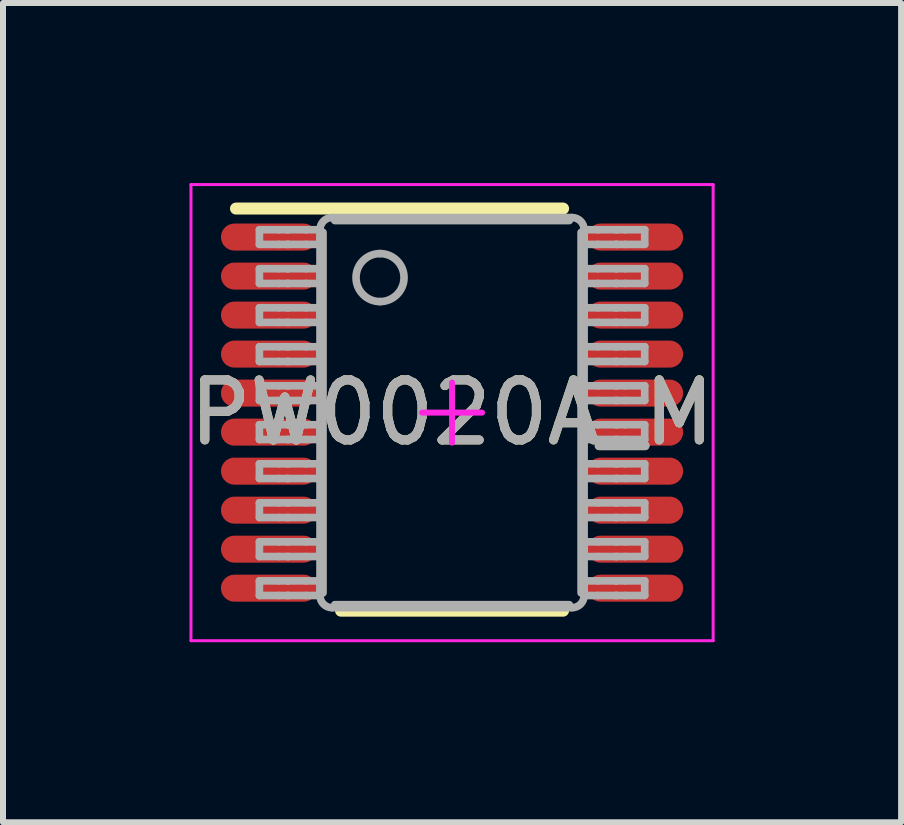
<source format=kicad_pcb>
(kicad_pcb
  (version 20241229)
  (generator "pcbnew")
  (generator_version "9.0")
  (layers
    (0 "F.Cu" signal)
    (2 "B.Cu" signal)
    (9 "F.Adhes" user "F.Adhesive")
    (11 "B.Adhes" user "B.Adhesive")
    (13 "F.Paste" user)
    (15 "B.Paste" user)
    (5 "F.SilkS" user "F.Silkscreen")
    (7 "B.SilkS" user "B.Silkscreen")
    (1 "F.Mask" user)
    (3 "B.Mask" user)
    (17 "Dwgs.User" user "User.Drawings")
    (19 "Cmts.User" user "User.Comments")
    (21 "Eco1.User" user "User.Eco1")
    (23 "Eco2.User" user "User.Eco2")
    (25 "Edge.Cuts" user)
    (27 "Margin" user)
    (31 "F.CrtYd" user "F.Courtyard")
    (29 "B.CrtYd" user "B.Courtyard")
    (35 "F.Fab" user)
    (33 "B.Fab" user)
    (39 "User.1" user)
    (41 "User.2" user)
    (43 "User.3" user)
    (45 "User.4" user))
  (footprint "PW0020A_M"
    (layer "F.Cu")
    (at 4.482 3.825)
    (property "Reference" "PW0020A_M" (at 0 0 0) (unlocked yes) (layer "F.SilkS") (effects (font (size 1 1) (thickness 0.15))))
    (attr smd)
    (fp_line (start -3.6 -3.4) (end 1.85 -3.4) (stroke (width 0.2) (type solid)) (layer "F.SilkS"))
    (fp_line (start -1.85 3.3) (end 1.85 3.3) (stroke (width 0.2) (type solid)) (layer "F.SilkS"))
    (fp_line (start -4.35 -3.8) (end 4.35 -3.8) (stroke (width 0.05) (type solid)) (layer "F.CrtYd"))
    (fp_line (start -4.35 3.8) (end -4.35 -3.8) (stroke (width 0.05) (type solid)) (layer "F.CrtYd"))
    (fp_line (start -4.35 3.8) (end 4.35 3.8) (stroke (width 0.05) (type solid)) (layer "F.CrtYd"))
    (fp_line (start -0.5 0) (end 0.5 0) (stroke (width 0.1) (type solid)) (layer "F.CrtYd"))
    (fp_line (start 0 0.5) (end 0 -0.5) (stroke (width 0.1) (type solid)) (layer "F.CrtYd"))
    (fp_line (start 4.35 3.8) (end 4.35 -3.8) (stroke (width 0.05) (type solid)) (layer "F.CrtYd"))
    (fp_line (start -3.21 -3.047) (end -2.887 -3.047) (stroke (width 0.127) (type solid)) (layer "F.Fab"))
    (fp_line (start -3.21 -2.803) (end -3.21 -3.047) (stroke (width 0.127) (type solid)) (layer "F.Fab"))
    (fp_line (start -3.21 -2.803) (end -2.887 -2.803) (stroke (width 0.127) (type solid)) (layer "F.Fab"))
    (fp_line (start -3.21 -2.398) (end -2.887 -2.398) (stroke (width 0.127) (type solid)) (layer "F.Fab"))
    (fp_line (start -3.21 -2.152) (end -3.21 -2.398) (stroke (width 0.127) (type solid)) (layer "F.Fab"))
    (fp_line (start -3.21 -2.152) (end -2.887 -2.152) (stroke (width 0.127) (type solid)) (layer "F.Fab"))
    (fp_line (start -3.21 -1.747) (end -2.887 -1.747) (stroke (width 0.127) (type solid)) (layer "F.Fab"))
    (fp_line (start -3.21 -1.503) (end -3.21 -1.747) (stroke (width 0.127) (type solid)) (layer "F.Fab"))
    (fp_line (start -3.21 -1.503) (end -2.887 -1.503) (stroke (width 0.127) (type solid)) (layer "F.Fab"))
    (fp_line (start -3.21 -1.098) (end -2.887 -1.098) (stroke (width 0.127) (type solid)) (layer "F.Fab"))
    (fp_line (start -3.21 -0.852) (end -3.21 -1.098) (stroke (width 0.127) (type solid)) (layer "F.Fab"))
    (fp_line (start -3.21 -0.852) (end -2.887 -0.852) (stroke (width 0.127) (type solid)) (layer "F.Fab"))
    (fp_line (start -3.21 -0.447) (end -2.887 -0.447) (stroke (width 0.127) (type solid)) (layer "F.Fab"))
    (fp_line (start -3.21 -0.202) (end -3.21 -0.447) (stroke (width 0.127) (type solid)) (layer "F.Fab"))
    (fp_line (start -3.21 -0.202) (end -2.887 -0.202) (stroke (width 0.127) (type solid)) (layer "F.Fab"))
    (fp_line (start -3.21 0.202) (end -2.887 0.202) (stroke (width 0.127) (type solid)) (layer "F.Fab"))
    (fp_line (start -3.21 0.448) (end -3.21 0.202) (stroke (width 0.127) (type solid)) (layer "F.Fab"))
    (fp_line (start -3.21 0.448) (end -2.887 0.448) (stroke (width 0.127) (type solid)) (layer "F.Fab"))
    (fp_line (start -3.21 0.853) (end -2.887 0.853) (stroke (width 0.127) (type solid)) (layer "F.Fab"))
    (fp_line (start -3.21 1.098) (end -3.21 0.853) (stroke (width 0.127) (type solid)) (layer "F.Fab"))
    (fp_line (start -3.21 1.098) (end -2.887 1.098) (stroke (width 0.127) (type solid)) (layer "F.Fab"))
    (fp_line (start -3.21 1.503) (end -2.887 1.503) (stroke (width 0.127) (type solid)) (layer "F.Fab"))
    (fp_line (start -3.21 1.748) (end -3.21 1.503) (stroke (width 0.127) (type solid)) (layer "F.Fab"))
    (fp_line (start -3.21 1.748) (end -2.887 1.748) (stroke (width 0.127) (type solid)) (layer "F.Fab"))
    (fp_line (start -3.21 2.153) (end -2.887 2.153) (stroke (width 0.127) (type solid)) (layer "F.Fab"))
    (fp_line (start -3.21 2.398) (end -3.21 2.153) (stroke (width 0.127) (type solid)) (layer "F.Fab"))
    (fp_line (start -3.21 2.398) (end -2.887 2.398) (stroke (width 0.127) (type solid)) (layer "F.Fab"))
    (fp_line (start -3.21 2.803) (end -2.887 2.803) (stroke (width 0.127) (type solid)) (layer "F.Fab"))
    (fp_line (start -3.21 3.047) (end -3.21 2.803) (stroke (width 0.127) (type solid)) (layer "F.Fab"))
    (fp_line (start -3.21 3.047) (end -2.887 3.047) (stroke (width 0.127) (type solid)) (layer "F.Fab"))
    (fp_line (start -2.887 -3.047) (end -2.739 -3.047) (stroke (width 0.127) (type solid)) (layer "F.Fab"))
    (fp_line (start -2.887 -2.803) (end -2.739 -2.803) (stroke (width 0.127) (type solid)) (layer "F.Fab"))
    (fp_line (start -2.887 -2.398) (end -2.739 -2.398) (stroke (width 0.127) (type solid)) (layer "F.Fab"))
    (fp_line (start -2.887 -2.152) (end -2.739 -2.152) (stroke (width 0.127) (type solid)) (layer "F.Fab"))
    (fp_line (start -2.887 -1.747) (end -2.739 -1.747) (stroke (width 0.127) (type solid)) (layer "F.Fab"))
    (fp_line (start -2.887 -1.503) (end -2.739 -1.503) (stroke (width 0.127) (type solid)) (layer "F.Fab"))
    (fp_line (start -2.887 -1.098) (end -2.739 -1.098) (stroke (width 0.127) (type solid)) (layer "F.Fab"))
    (fp_line (start -2.887 -0.852) (end -2.739 -0.852) (stroke (width 0.127) (type solid)) (layer "F.Fab"))
    (fp_line (start -2.887 -0.447) (end -2.739 -0.447) (stroke (width 0.127) (type solid)) (layer "F.Fab"))
    (fp_line (start -2.887 -0.202) (end -2.739 -0.202) (stroke (width 0.127) (type solid)) (layer "F.Fab"))
    (fp_line (start -2.887 0.202) (end -2.739 0.202) (stroke (width 0.127) (type solid)) (layer "F.Fab"))
    (fp_line (start -2.887 0.448) (end -2.739 0.448) (stroke (width 0.127) (type solid)) (layer "F.Fab"))
    (fp_line (start -2.887 0.853) (end -2.739 0.853) (stroke (width 0.127) (type solid)) (layer "F.Fab"))
    (fp_line (start -2.887 1.098) (end -2.739 1.098) (stroke (width 0.127) (type solid)) (layer "F.Fab"))
    (fp_line (start -2.887 1.503) (end -2.739 1.503) (stroke (width 0.127) (type solid)) (layer "F.Fab"))
    (fp_line (start -2.887 1.748) (end -2.739 1.748) (stroke (width 0.127) (type solid)) (layer "F.Fab"))
    (fp_line (start -2.887 2.153) (end -2.739 2.153) (stroke (width 0.127) (type solid)) (layer "F.Fab"))
    (fp_line (start -2.887 2.398) (end -2.739 2.398) (stroke (width 0.127) (type solid)) (layer "F.Fab"))
    (fp_line (start -2.887 2.803) (end -2.739 2.803) (stroke (width 0.127) (type solid)) (layer "F.Fab"))
    (fp_line (start -2.887 3.047) (end -2.739 3.047) (stroke (width 0.127) (type solid)) (layer "F.Fab"))
    (fp_line (start -2.739 -3.047) (end -2.733 -3.047) (stroke (width 0.127) (type solid)) (layer "F.Fab"))
    (fp_line (start -2.739 -2.803) (end -2.733 -2.803) (stroke (width 0.127) (type solid)) (layer "F.Fab"))
    (fp_line (start -2.739 -2.398) (end -2.733 -2.398) (stroke (width 0.127) (type solid)) (layer "F.Fab"))
    (fp_line (start -2.739 -2.152) (end -2.733 -2.152) (stroke (width 0.127) (type solid)) (layer "F.Fab"))
    (fp_line (start -2.739 -1.747) (end -2.733 -1.747) (stroke (width 0.127) (type solid)) (layer "F.Fab"))
    (fp_line (start -2.739 -1.503) (end -2.733 -1.503) (stroke (width 0.127) (type solid)) (layer "F.Fab"))
    (fp_line (start -2.739 -1.098) (end -2.733 -1.098) (stroke (width 0.127) (type solid)) (layer "F.Fab"))
    (fp_line (start -2.739 -0.852) (end -2.733 -0.852) (stroke (width 0.127) (type solid)) (layer "F.Fab"))
    (fp_line (start -2.739 -0.447) (end -2.733 -0.447) (stroke (width 0.127) (type solid)) (layer "F.Fab"))
    (fp_line (start -2.739 -0.202) (end -2.733 -0.202) (stroke (width 0.127) (type solid)) (layer "F.Fab"))
    (fp_line (start -2.739 0.202) (end -2.733 0.202) (stroke (width 0.127) (type solid)) (layer "F.Fab"))
    (fp_line (start -2.739 0.448) (end -2.733 0.448) (stroke (width 0.127) (type solid)) (layer "F.Fab"))
    (fp_line (start -2.739 0.853) (end -2.733 0.853) (stroke (width 0.127) (type solid)) (layer "F.Fab"))
    (fp_line (start -2.739 1.098) (end -2.733 1.098) (stroke (width 0.127) (type solid)) (layer "F.Fab"))
    (fp_line (start -2.739 1.503) (end -2.733 1.503) (stroke (width 0.127) (type solid)) (layer "F.Fab"))
    (fp_line (start -2.739 1.748) (end -2.733 1.748) (stroke (width 0.127) (type solid)) (layer "F.Fab"))
    (fp_line (start -2.739 2.153) (end -2.733 2.153) (stroke (width 0.127) (type solid)) (layer "F.Fab"))
    (fp_line (start -2.739 2.398) (end -2.733 2.398) (stroke (width 0.127) (type solid)) (layer "F.Fab"))
    (fp_line (start -2.739 2.803) (end -2.733 2.803) (stroke (width 0.127) (type solid)) (layer "F.Fab"))
    (fp_line (start -2.739 3.047) (end -2.733 3.047) (stroke (width 0.127) (type solid)) (layer "F.Fab"))
    (fp_line (start -2.733 -3.047) (end -2.431 -3.047) (stroke (width 0.127) (type solid)) (layer "F.Fab"))
    (fp_line (start -2.733 -2.803) (end -2.431 -2.803) (stroke (width 0.127) (type solid)) (layer "F.Fab"))
    (fp_line (start -2.733 -2.398) (end -2.431 -2.398) (stroke (width 0.127) (type solid)) (layer "F.Fab"))
    (fp_line (start -2.733 -2.152) (end -2.431 -2.152) (stroke (width 0.127) (type solid)) (layer "F.Fab"))
    (fp_line (start -2.733 -1.747) (end -2.431 -1.747) (stroke (width 0.127) (type solid)) (layer "F.Fab"))
    (fp_line (start -2.733 -1.503) (end -2.431 -1.503) (stroke (width 0.127) (type solid)) (layer "F.Fab"))
    (fp_line (start -2.733 -1.098) (end -2.431 -1.098) (stroke (width 0.127) (type solid)) (layer "F.Fab"))
    (fp_line (start -2.733 -0.852) (end -2.431 -0.852) (stroke (width 0.127) (type solid)) (layer "F.Fab"))
    (fp_line (start -2.733 -0.447) (end -2.431 -0.447) (stroke (width 0.127) (type solid)) (layer "F.Fab"))
    (fp_line (start -2.733 -0.202) (end -2.431 -0.202) (stroke (width 0.127) (type solid)) (layer "F.Fab"))
    (fp_line (start -2.733 0.202) (end -2.431 0.202) (stroke (width 0.127) (type solid)) (layer "F.Fab"))
    (fp_line (start -2.733 0.448) (end -2.431 0.448) (stroke (width 0.127) (type solid)) (layer "F.Fab"))
    (fp_line (start -2.733 0.853) (end -2.431 0.853) (stroke (width 0.127) (type solid)) (layer "F.Fab"))
    (fp_line (start -2.733 1.098) (end -2.431 1.098) (stroke (width 0.127) (type solid)) (layer "F.Fab"))
    (fp_line (start -2.733 1.503) (end -2.431 1.503) (stroke (width 0.127) (type solid)) (layer "F.Fab"))
    (fp_line (start -2.733 1.748) (end -2.431 1.748) (stroke (width 0.127) (type solid)) (layer "F.Fab"))
    (fp_line (start -2.733 2.153) (end -2.431 2.153) (stroke (width 0.127) (type solid)) (layer "F.Fab"))
    (fp_line (start -2.733 2.398) (end -2.431 2.398) (stroke (width 0.127) (type solid)) (layer "F.Fab"))
    (fp_line (start -2.733 2.803) (end -2.431 2.803) (stroke (width 0.127) (type solid)) (layer "F.Fab"))
    (fp_line (start -2.733 3.047) (end -2.431 3.047) (stroke (width 0.127) (type solid)) (layer "F.Fab"))
    (fp_line (start -2.431 -3.047) (end -2.2 -3.047) (stroke (width 0.127) (type solid)) (layer "F.Fab"))
    (fp_line (start -2.431 -2.803) (end -2.2 -2.803) (stroke (width 0.127) (type solid)) (layer "F.Fab"))
    (fp_line (start -2.431 -2.398) (end -2.2 -2.398) (stroke (width 0.127) (type solid)) (layer "F.Fab"))
    (fp_line (start -2.431 -2.152) (end -2.2 -2.152) (stroke (width 0.127) (type solid)) (layer "F.Fab"))
    (fp_line (start -2.431 -1.747) (end -2.2 -1.747) (stroke (width 0.127) (type solid)) (layer "F.Fab"))
    (fp_line (start -2.431 -1.503) (end -2.2 -1.503) (stroke (width 0.127) (type solid)) (layer "F.Fab"))
    (fp_line (start -2.431 -1.098) (end -2.2 -1.098) (stroke (width 0.127) (type solid)) (layer "F.Fab"))
    (fp_line (start -2.431 -0.852) (end -2.2 -0.852) (stroke (width 0.127) (type solid)) (layer "F.Fab"))
    (fp_line (start -2.431 -0.447) (end -2.2 -0.447) (stroke (width 0.127) (type solid)) (layer "F.Fab"))
    (fp_line (start -2.431 -0.202) (end -2.2 -0.202) (stroke (width 0.127) (type solid)) (layer "F.Fab"))
    (fp_line (start -2.431 0.202) (end -2.2 0.202) (stroke (width 0.127) (type solid)) (layer "F.Fab"))
    (fp_line (start -2.431 0.448) (end -2.2 0.448) (stroke (width 0.127) (type solid)) (layer "F.Fab"))
    (fp_line (start -2.431 0.853) (end -2.2 0.853) (stroke (width 0.127) (type solid)) (layer "F.Fab"))
    (fp_line (start -2.431 1.098) (end -2.2 1.098) (stroke (width 0.127) (type solid)) (layer "F.Fab"))
    (fp_line (start -2.431 1.503) (end -2.2 1.503) (stroke (width 0.127) (type solid)) (layer "F.Fab"))
    (fp_line (start -2.431 1.748) (end -2.2 1.748) (stroke (width 0.127) (type solid)) (layer "F.Fab"))
    (fp_line (start -2.431 2.153) (end -2.2 2.153) (stroke (width 0.127) (type solid)) (layer "F.Fab"))
    (fp_line (start -2.431 2.398) (end -2.2 2.398) (stroke (width 0.127) (type solid)) (layer "F.Fab"))
    (fp_line (start -2.431 2.803) (end -2.2 2.803) (stroke (width 0.127) (type solid)) (layer "F.Fab"))
    (fp_line (start -2.431 3.047) (end -2.2 3.047) (stroke (width 0.127) (type solid)) (layer "F.Fab"))
    (fp_line (start -2.2 -2.803) (end -2.2 -3.047) (stroke (width 0.127) (type solid)) (layer "F.Fab"))
    (fp_line (start -2.2 -2.152) (end -2.2 -2.398) (stroke (width 0.127) (type solid)) (layer "F.Fab"))
    (fp_line (start -2.2 -1.503) (end -2.2 -1.747) (stroke (width 0.127) (type solid)) (layer "F.Fab"))
    (fp_line (start -2.2 -0.852) (end -2.2 -1.098) (stroke (width 0.127) (type solid)) (layer "F.Fab"))
    (fp_line (start -2.2 -0.202) (end -2.2 -0.447) (stroke (width 0.127) (type solid)) (layer "F.Fab"))
    (fp_line (start -2.2 0.448) (end -2.2 0.202) (stroke (width 0.127) (type solid)) (layer "F.Fab"))
    (fp_line (start -2.2 1.098) (end -2.2 0.853) (stroke (width 0.127) (type solid)) (layer "F.Fab"))
    (fp_line (start -2.2 1.748) (end -2.2 1.503) (stroke (width 0.127) (type solid)) (layer "F.Fab"))
    (fp_line (start -2.2 2.398) (end -2.2 2.153) (stroke (width 0.127) (type solid)) (layer "F.Fab"))
    (fp_line (start -2.2 3.047) (end -2.2 2.803) (stroke (width 0.127) (type solid)) (layer "F.Fab"))
    (fp_line (start -2.2 3.05) (end -2.2 -3.05) (stroke (width 0.127) (type solid)) (layer "F.Fab"))
    (fp_line (start -2.15 3.004) (end -2.15 -3.004) (stroke (width 0.127) (type solid)) (layer "F.Fab"))
    (fp_line (start -2 -3.25) (end 2 -3.25) (stroke (width 0.127) (type solid)) (layer "F.Fab"))
    (fp_line (start -2 3.25) (end 2 3.25) (stroke (width 0.127) (type solid)) (layer "F.Fab"))
    (fp_line (start -1.954 -3.2) (end 1.954 -3.2) (stroke (width 0.127) (type solid)) (layer "F.Fab"))
    (fp_line (start -1.954 3.2) (end 1.954 3.2) (stroke (width 0.127) (type solid)) (layer "F.Fab"))
    (fp_line (start 2.15 3.004) (end 2.15 -3.004) (stroke (width 0.127) (type solid)) (layer "F.Fab"))
    (fp_line (start 2.2 -3.047) (end 2.43 -3.047) (stroke (width 0.127) (type solid)) (layer "F.Fab"))
    (fp_line (start 2.2 -2.803) (end 2.2 -3.047) (stroke (width 0.127) (type solid)) (layer "F.Fab"))
    (fp_line (start 2.2 -2.803) (end 2.43 -2.803) (stroke (width 0.127) (type solid)) (layer "F.Fab"))
    (fp_line (start 2.2 -2.398) (end 2.43 -2.398) (stroke (width 0.127) (type solid)) (layer "F.Fab"))
    (fp_line (start 2.2 -2.152) (end 2.2 -2.398) (stroke (width 0.127) (type solid)) (layer "F.Fab"))
    (fp_line (start 2.2 -2.152) (end 2.43 -2.152) (stroke (width 0.127) (type solid)) (layer "F.Fab"))
    (fp_line (start 2.2 -1.747) (end 2.43 -1.747) (stroke (width 0.127) (type solid)) (layer "F.Fab"))
    (fp_line (start 2.2 -1.503) (end 2.2 -1.747) (stroke (width 0.127) (type solid)) (layer "F.Fab"))
    (fp_line (start 2.2 -1.503) (end 2.43 -1.503) (stroke (width 0.127) (type solid)) (layer "F.Fab"))
    (fp_line (start 2.2 -1.098) (end 2.43 -1.098) (stroke (width 0.127) (type solid)) (layer "F.Fab"))
    (fp_line (start 2.2 -0.852) (end 2.2 -1.098) (stroke (width 0.127) (type solid)) (layer "F.Fab"))
    (fp_line (start 2.2 -0.852) (end 2.43 -0.852) (stroke (width 0.127) (type solid)) (layer "F.Fab"))
    (fp_line (start 2.2 -0.447) (end 2.43 -0.447) (stroke (width 0.127) (type solid)) (layer "F.Fab"))
    (fp_line (start 2.2 -0.202) (end 2.2 -0.447) (stroke (width 0.127) (type solid)) (layer "F.Fab"))
    (fp_line (start 2.2 -0.202) (end 2.43 -0.202) (stroke (width 0.127) (type solid)) (layer "F.Fab"))
    (fp_line (start 2.2 0.202) (end 2.43 0.202) (stroke (width 0.127) (type solid)) (layer "F.Fab"))
    (fp_line (start 2.2 0.448) (end 2.2 0.202) (stroke (width 0.127) (type solid)) (layer "F.Fab"))
    (fp_line (start 2.2 0.448) (end 2.43 0.448) (stroke (width 0.127) (type solid)) (layer "F.Fab"))
    (fp_line (start 2.2 0.853) (end 2.43 0.853) (stroke (width 0.127) (type solid)) (layer "F.Fab"))
    (fp_line (start 2.2 1.098) (end 2.2 0.853) (stroke (width 0.127) (type solid)) (layer "F.Fab"))
    (fp_line (start 2.2 1.098) (end 2.43 1.098) (stroke (width 0.127) (type solid)) (layer "F.Fab"))
    (fp_line (start 2.2 1.503) (end 2.43 1.503) (stroke (width 0.127) (type solid)) (layer "F.Fab"))
    (fp_line (start 2.2 1.748) (end 2.2 1.503) (stroke (width 0.127) (type solid)) (layer "F.Fab"))
    (fp_line (start 2.2 1.748) (end 2.43 1.748) (stroke (width 0.127) (type solid)) (layer "F.Fab"))
    (fp_line (start 2.2 2.153) (end 2.43 2.153) (stroke (width 0.127) (type solid)) (layer "F.Fab"))
    (fp_line (start 2.2 2.398) (end 2.2 2.153) (stroke (width 0.127) (type solid)) (layer "F.Fab"))
    (fp_line (start 2.2 2.398) (end 2.43 2.398) (stroke (width 0.127) (type solid)) (layer "F.Fab"))
    (fp_line (start 2.2 2.803) (end 2.43 2.803) (stroke (width 0.127) (type solid)) (layer "F.Fab"))
    (fp_line (start 2.2 3.047) (end 2.2 2.803) (stroke (width 0.127) (type solid)) (layer "F.Fab"))
    (fp_line (start 2.2 3.047) (end 2.43 3.047) (stroke (width 0.127) (type solid)) (layer "F.Fab"))
    (fp_line (start 2.2 3.05) (end 2.2 -3.05) (stroke (width 0.127) (type solid)) (layer "F.Fab"))
    (fp_line (start 2.43 -3.047) (end 2.733 -3.047) (stroke (width 0.127) (type solid)) (layer "F.Fab"))
    (fp_line (start 2.43 -2.803) (end 2.733 -2.803) (stroke (width 0.127) (type solid)) (layer "F.Fab"))
    (fp_line (start 2.43 -2.398) (end 2.733 -2.398) (stroke (width 0.127) (type solid)) (layer "F.Fab"))
    (fp_line (start 2.43 -2.152) (end 2.733 -2.152) (stroke (width 0.127) (type solid)) (layer "F.Fab"))
    (fp_line (start 2.43 -1.747) (end 2.733 -1.747) (stroke (width 0.127) (type solid)) (layer "F.Fab"))
    (fp_line (start 2.43 -1.503) (end 2.733 -1.503) (stroke (width 0.127) (type solid)) (layer "F.Fab"))
    (fp_line (start 2.43 -1.098) (end 2.733 -1.098) (stroke (width 0.127) (type solid)) (layer "F.Fab"))
    (fp_line (start 2.43 -0.852) (end 2.733 -0.852) (stroke (width 0.127) (type solid)) (layer "F.Fab"))
    (fp_line (start 2.43 -0.447) (end 2.733 -0.447) (stroke (width 0.127) (type solid)) (layer "F.Fab"))
    (fp_line (start 2.43 -0.202) (end 2.733 -0.202) (stroke (width 0.127) (type solid)) (layer "F.Fab"))
    (fp_line (start 2.43 0.202) (end 2.733 0.202) (stroke (width 0.127) (type solid)) (layer "F.Fab"))
    (fp_line (start 2.43 0.448) (end 2.733 0.448) (stroke (width 0.127) (type solid)) (layer "F.Fab"))
    (fp_line (start 2.43 0.853) (end 2.733 0.853) (stroke (width 0.127) (type solid)) (layer "F.Fab"))
    (fp_line (start 2.43 1.098) (end 2.733 1.098) (stroke (width 0.127) (type solid)) (layer "F.Fab"))
    (fp_line (start 2.43 1.503) (end 2.733 1.503) (stroke (width 0.127) (type solid)) (layer "F.Fab"))
    (fp_line (start 2.43 1.748) (end 2.733 1.748) (stroke (width 0.127) (type solid)) (layer "F.Fab"))
    (fp_line (start 2.43 2.153) (end 2.733 2.153) (stroke (width 0.127) (type solid)) (layer "F.Fab"))
    (fp_line (start 2.43 2.398) (end 2.733 2.398) (stroke (width 0.127) (type solid)) (layer "F.Fab"))
    (fp_line (start 2.43 2.803) (end 2.733 2.803) (stroke (width 0.127) (type solid)) (layer "F.Fab"))
    (fp_line (start 2.43 3.047) (end 2.733 3.047) (stroke (width 0.127) (type solid)) (layer "F.Fab"))
    (fp_line (start 2.733 -3.047) (end 2.739 -3.047) (stroke (width 0.127) (type solid)) (layer "F.Fab"))
    (fp_line (start 2.733 -2.803) (end 2.739 -2.803) (stroke (width 0.127) (type solid)) (layer "F.Fab"))
    (fp_line (start 2.733 -2.398) (end 2.739 -2.398) (stroke (width 0.127) (type solid)) (layer "F.Fab"))
    (fp_line (start 2.733 -2.152) (end 2.739 -2.152) (stroke (width 0.127) (type solid)) (layer "F.Fab"))
    (fp_line (start 2.733 -1.747) (end 2.739 -1.747) (stroke (width 0.127) (type solid)) (layer "F.Fab"))
    (fp_line (start 2.733 -1.503) (end 2.739 -1.503) (stroke (width 0.127) (type solid)) (layer "F.Fab"))
    (fp_line (start 2.733 -1.098) (end 2.739 -1.098) (stroke (width 0.127) (type solid)) (layer "F.Fab"))
    (fp_line (start 2.733 -0.852) (end 2.739 -0.852) (stroke (width 0.127) (type solid)) (layer "F.Fab"))
    (fp_line (start 2.733 -0.447) (end 2.739 -0.447) (stroke (width 0.127) (type solid)) (layer "F.Fab"))
    (fp_line (start 2.733 -0.202) (end 2.739 -0.202) (stroke (width 0.127) (type solid)) (layer "F.Fab"))
    (fp_line (start 2.733 0.202) (end 2.739 0.202) (stroke (width 0.127) (type solid)) (layer "F.Fab"))
    (fp_line (start 2.733 0.448) (end 2.739 0.448) (stroke (width 0.127) (type solid)) (layer "F.Fab"))
    (fp_line (start 2.733 0.853) (end 2.739 0.853) (stroke (width 0.127) (type solid)) (layer "F.Fab"))
    (fp_line (start 2.733 1.098) (end 2.739 1.098) (stroke (width 0.127) (type solid)) (layer "F.Fab"))
    (fp_line (start 2.733 1.503) (end 2.739 1.503) (stroke (width 0.127) (type solid)) (layer "F.Fab"))
    (fp_line (start 2.733 1.748) (end 2.739 1.748) (stroke (width 0.127) (type solid)) (layer "F.Fab"))
    (fp_line (start 2.733 2.153) (end 2.739 2.153) (stroke (width 0.127) (type solid)) (layer "F.Fab"))
    (fp_line (start 2.733 2.398) (end 2.739 2.398) (stroke (width 0.127) (type solid)) (layer "F.Fab"))
    (fp_line (start 2.733 2.803) (end 2.739 2.803) (stroke (width 0.127) (type solid)) (layer "F.Fab"))
    (fp_line (start 2.733 3.047) (end 2.739 3.047) (stroke (width 0.127) (type solid)) (layer "F.Fab"))
    (fp_line (start 2.739 -3.047) (end 2.887 -3.047) (stroke (width 0.127) (type solid)) (layer "F.Fab"))
    (fp_line (start 2.739 -2.803) (end 2.887 -2.803) (stroke (width 0.127) (type solid)) (layer "F.Fab"))
    (fp_line (start 2.739 -2.398) (end 2.887 -2.398) (stroke (width 0.127) (type solid)) (layer "F.Fab"))
    (fp_line (start 2.739 -2.152) (end 2.887 -2.152) (stroke (width 0.127) (type solid)) (layer "F.Fab"))
    (fp_line (start 2.739 -1.747) (end 2.887 -1.747) (stroke (width 0.127) (type solid)) (layer "F.Fab"))
    (fp_line (start 2.739 -1.503) (end 2.887 -1.503) (stroke (width 0.127) (type solid)) (layer "F.Fab"))
    (fp_line (start 2.739 -1.098) (end 2.887 -1.098) (stroke (width 0.127) (type solid)) (layer "F.Fab"))
    (fp_line (start 2.739 -0.852) (end 2.887 -0.852) (stroke (width 0.127) (type solid)) (layer "F.Fab"))
    (fp_line (start 2.739 -0.447) (end 2.887 -0.447) (stroke (width 0.127) (type solid)) (layer "F.Fab"))
    (fp_line (start 2.739 -0.202) (end 2.887 -0.202) (stroke (width 0.127) (type solid)) (layer "F.Fab"))
    (fp_line (start 2.739 0.202) (end 2.887 0.202) (stroke (width 0.127) (type solid)) (layer "F.Fab"))
    (fp_line (start 2.739 0.448) (end 2.887 0.448) (stroke (width 0.127) (type solid)) (layer "F.Fab"))
    (fp_line (start 2.739 0.853) (end 2.887 0.853) (stroke (width 0.127) (type solid)) (layer "F.Fab"))
    (fp_line (start 2.739 1.098) (end 2.887 1.098) (stroke (width 0.127) (type solid)) (layer "F.Fab"))
    (fp_line (start 2.739 1.503) (end 2.887 1.503) (stroke (width 0.127) (type solid)) (layer "F.Fab"))
    (fp_line (start 2.739 1.748) (end 2.887 1.748) (stroke (width 0.127) (type solid)) (layer "F.Fab"))
    (fp_line (start 2.739 2.153) (end 2.887 2.153) (stroke (width 0.127) (type solid)) (layer "F.Fab"))
    (fp_line (start 2.739 2.398) (end 2.887 2.398) (stroke (width 0.127) (type solid)) (layer "F.Fab"))
    (fp_line (start 2.739 2.803) (end 2.887 2.803) (stroke (width 0.127) (type solid)) (layer "F.Fab"))
    (fp_line (start 2.739 3.047) (end 2.887 3.047) (stroke (width 0.127) (type solid)) (layer "F.Fab"))
    (fp_line (start 2.887 -3.047) (end 3.21 -3.047) (stroke (width 0.127) (type solid)) (layer "F.Fab"))
    (fp_line (start 2.887 -2.803) (end 3.21 -2.803) (stroke (width 0.127) (type solid)) (layer "F.Fab"))
    (fp_line (start 2.887 -2.398) (end 3.21 -2.398) (stroke (width 0.127) (type solid)) (layer "F.Fab"))
    (fp_line (start 2.887 -2.152) (end 3.21 -2.152) (stroke (width 0.127) (type solid)) (layer "F.Fab"))
    (fp_line (start 2.887 -1.747) (end 3.21 -1.747) (stroke (width 0.127) (type solid)) (layer "F.Fab"))
    (fp_line (start 2.887 -1.503) (end 3.21 -1.503) (stroke (width 0.127) (type solid)) (layer "F.Fab"))
    (fp_line (start 2.887 -1.098) (end 3.21 -1.098) (stroke (width 0.127) (type solid)) (layer "F.Fab"))
    (fp_line (start 2.887 -0.852) (end 3.21 -0.852) (stroke (width 0.127) (type solid)) (layer "F.Fab"))
    (fp_line (start 2.887 -0.447) (end 3.21 -0.447) (stroke (width 0.127) (type solid)) (layer "F.Fab"))
    (fp_line (start 2.887 -0.202) (end 3.21 -0.202) (stroke (width 0.127) (type solid)) (layer "F.Fab"))
    (fp_line (start 2.887 0.202) (end 3.21 0.202) (stroke (width 0.127) (type solid)) (layer "F.Fab"))
    (fp_line (start 2.887 0.448) (end 3.21 0.448) (stroke (width 0.127) (type solid)) (layer "F.Fab"))
    (fp_line (start 2.887 0.853) (end 3.21 0.853) (stroke (width 0.127) (type solid)) (layer "F.Fab"))
    (fp_line (start 2.887 1.098) (end 3.21 1.098) (stroke (width 0.127) (type solid)) (layer "F.Fab"))
    (fp_line (start 2.887 1.503) (end 3.21 1.503) (stroke (width 0.127) (type solid)) (layer "F.Fab"))
    (fp_line (start 2.887 1.748) (end 3.21 1.748) (stroke (width 0.127) (type solid)) (layer "F.Fab"))
    (fp_line (start 2.887 2.153) (end 3.21 2.153) (stroke (width 0.127) (type solid)) (layer "F.Fab"))
    (fp_line (start 2.887 2.398) (end 3.21 2.398) (stroke (width 0.127) (type solid)) (layer "F.Fab"))
    (fp_line (start 2.887 2.803) (end 3.21 2.803) (stroke (width 0.127) (type solid)) (layer "F.Fab"))
    (fp_line (start 2.887 3.047) (end 3.21 3.047) (stroke (width 0.127) (type solid)) (layer "F.Fab"))
    (fp_line (start 3.21 -2.803) (end 3.21 -3.047) (stroke (width 0.127) (type solid)) (layer "F.Fab"))
    (fp_line (start 3.21 -2.152) (end 3.21 -2.398) (stroke (width 0.127) (type solid)) (layer "F.Fab"))
    (fp_line (start 3.21 -1.503) (end 3.21 -1.747) (stroke (width 0.127) (type solid)) (layer "F.Fab"))
    (fp_line (start 3.21 -0.852) (end 3.21 -1.098) (stroke (width 0.127) (type solid)) (layer "F.Fab"))
    (fp_line (start 3.21 -0.202) (end 3.21 -0.447) (stroke (width 0.127) (type solid)) (layer "F.Fab"))
    (fp_line (start 3.21 0.448) (end 3.21 0.202) (stroke (width 0.127) (type solid)) (layer "F.Fab"))
    (fp_line (start 3.21 1.098) (end 3.21 0.853) (stroke (width 0.127) (type solid)) (layer "F.Fab"))
    (fp_line (start 3.21 1.748) (end 3.21 1.503) (stroke (width 0.127) (type solid)) (layer "F.Fab"))
    (fp_line (start 3.21 2.398) (end 3.21 2.153) (stroke (width 0.127) (type solid)) (layer "F.Fab"))
    (fp_line (start 3.21 3.047) (end 3.21 2.803) (stroke (width 0.127) (type solid)) (layer "F.Fab"))
    (fp_arc (start -2.200026 -3.050001) (mid -2.141435 -3.191428) (end -2.000001 -3.250001) (stroke (width 0.127) (type solid)) (layer "F.Fab"))
    (fp_arc (start -2.000001 3.250011) (mid -2.141435 3.191438) (end -2.200026 3.050012) (stroke (width 0.127) (type solid)) (layer "F.Fab"))
    (fp_arc (start -1.200003 -2.650002) (mid -0.800003 -2.250003) (end -1.200003 -1.850004) (stroke (width 0.127) (type solid)) (layer "F.Fab"))
    (fp_arc (start -1.200003 -1.850004) (mid -1.600002 -2.250003) (end -1.200003 -2.650002) (stroke (width 0.127) (type solid)) (layer "F.Fab"))
    (fp_arc (start 1.999991 -3.250001) (mid 2.141412 -3.191423) (end 2.199991 -3.050002) (stroke (width 0.127) (type solid)) (layer "F.Fab"))
    (fp_arc (start 2.199991 3.050012) (mid 2.141412 3.191433) (end 1.999991 3.250011) (stroke (width 0.127) (type solid)) (layer "F.Fab"))
    (fp_text user "${REFERENCE}" (at 0 0 0) (unlocked yes) (layer "F.Fab") (effects (font (size 1 1) (thickness 0.15))))
    (pad "1" smd oval (at -3.05 -2.925 90) (size 0.45 1.6) (layers "F.Cu" "F.Mask" "F.Paste"))
    (pad "2" smd oval (at -3.05 -2.275 90) (size 0.45 1.6) (layers "F.Cu" "F.Mask" "F.Paste"))
    (pad "3" smd oval (at -3.05 -1.625 90) (size 0.45 1.6) (layers "F.Cu" "F.Mask" "F.Paste"))
    (pad "4" smd oval (at -3.05 -0.975 90) (size 0.45 1.6) (layers "F.Cu" "F.Mask" "F.Paste"))
    (pad "5" smd oval (at -3.05 -0.325 90) (size 0.45 1.6) (layers "F.Cu" "F.Mask" "F.Paste"))
    (pad "6" smd oval (at -3.05 0.325 90) (size 0.45 1.6) (layers "F.Cu" "F.Mask" "F.Paste"))
    (pad "7" smd oval (at -3.05 0.975 90) (size 0.45 1.6) (layers "F.Cu" "F.Mask" "F.Paste"))
    (pad "8" smd oval (at -3.05 1.625 90) (size 0.45 1.6) (layers "F.Cu" "F.Mask" "F.Paste"))
    (pad "9" smd oval (at -3.05 2.275 90) (size 0.45 1.6) (layers "F.Cu" "F.Mask" "F.Paste"))
    (pad "10" smd oval (at -3.05 2.925 90) (size 0.45 1.6) (layers "F.Cu" "F.Mask" "F.Paste"))
    (pad "11" smd oval (at 3.05 2.925 90) (size 0.45 1.6) (layers "F.Cu" "F.Mask" "F.Paste"))
    (pad "12" smd oval (at 3.05 2.275 90) (size 0.45 1.6) (layers "F.Cu" "F.Mask" "F.Paste"))
    (pad "13" smd oval (at 3.05 1.625 90) (size 0.45 1.6) (layers "F.Cu" "F.Mask" "F.Paste"))
    (pad "14" smd oval (at 3.05 0.975 90) (size 0.45 1.6) (layers "F.Cu" "F.Mask" "F.Paste"))
    (pad "15" smd oval (at 3.05 0.325 90) (size 0.45 1.6) (layers "F.Cu" "F.Mask" "F.Paste"))
    (pad "16" smd oval (at 3.05 -0.325 90) (size 0.45 1.6) (layers "F.Cu" "F.Mask" "F.Paste"))
    (pad "17" smd oval (at 3.05 -0.975 90) (size 0.45 1.6) (layers "F.Cu" "F.Mask" "F.Paste"))
    (pad "18" smd oval (at 3.05 -1.625 90) (size 0.45 1.6) (layers "F.Cu" "F.Mask" "F.Paste"))
    (pad "19" smd oval (at 3.05 -2.275 90) (size 0.45 1.6) (layers "F.Cu" "F.Mask" "F.Paste"))
    (pad "20" smd oval (at 3.05 -2.925 90) (size 0.45 1.6) (layers "F.Cu" "F.Mask" "F.Paste")))
  (gr_rect
    (start -3 -3)
    (end 11.964 10.65)
    (stroke (width 0.1) (type default))
    (fill no)
    (layer "Edge.Cuts")))
</source>
